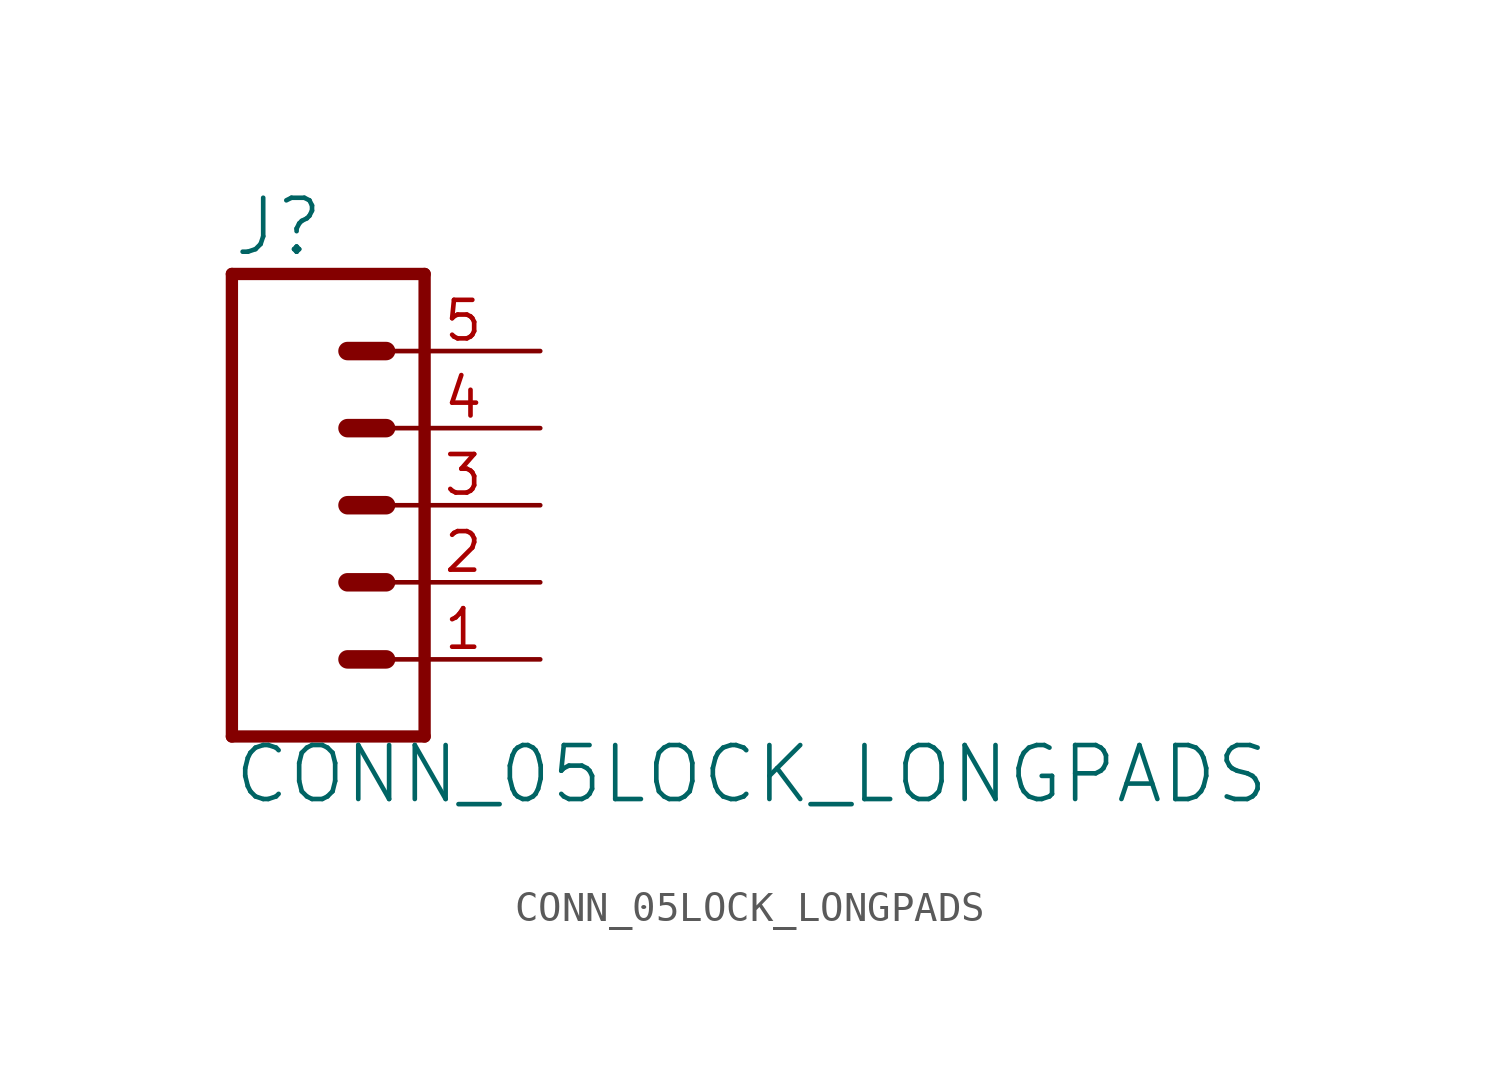
<source format=kicad_sym>
(kicad_symbol_lib
  (version 20211014)
  (generator kicad_symbol_editor)
  (symbol "CONN_05LOCK_LONGPADS"
    (property "Reference" "J"
      (at -2.54 8.128 0)
      (effects (font (size 1.778 1.778)) (justify left bottom)))
    (property "Value" "CONN_05LOCK_LONGPADS"
      (at -2.54 -9.906 0)
      (effects (font (size 1.778 1.778)) (justify left bottom)))
    (property "ki_locked" ""
      (at 0 0 0)
      (effects (font (size 1.27 1.27))))
    (symbol "CONN_05LOCK_LONGPADS_1_0"
      (polyline (pts (xy -2.54 7.62) (xy -2.54 -7.62)) (stroke (width 0.406) (type default) (color 0 0 0 0)) (fill (type none)))
      (polyline (pts (xy -2.54 7.62) (xy 3.81 7.62)) (stroke (width 0.406) (type default) (color 0 0 0 0)) (fill (type none)))
      (polyline (pts (xy 1.27 -5.08) (xy 2.54 -5.08)) (stroke (width 0.61) (type default) (color 0 0 0 0)) (fill (type none)))
      (polyline (pts (xy 1.27 -2.54) (xy 2.54 -2.54)) (stroke (width 0.61) (type default) (color 0 0 0 0)) (fill (type none)))
      (polyline (pts (xy 1.27 0) (xy 2.54 0)) (stroke (width 0.61) (type default) (color 0 0 0 0)) (fill (type none)))
      (polyline (pts (xy 1.27 2.54) (xy 2.54 2.54)) (stroke (width 0.61) (type default) (color 0 0 0 0)) (fill (type none)))
      (polyline (pts (xy 1.27 5.08) (xy 2.54 5.08)) (stroke (width 0.61) (type default) (color 0 0 0 0)) (fill (type none)))
      (polyline (pts (xy 3.81 -7.62) (xy -2.54 -7.62)) (stroke (width 0.406) (type default) (color 0 0 0 0)) (fill (type none)))
      (polyline (pts (xy 3.81 -7.62) (xy 3.81 7.62)) (stroke (width 0.406) (type default) (color 0 0 0 0)) (fill (type none)))
      (pin passive line (at 7.62 -5.08 180) (length 5.08) (name "1" (effects (font (size 0 0)))) (number "1" (effects (font (size 1.27 1.27)))))
      (pin passive line (at 7.62 -2.54 180) (length 5.08) (name "2" (effects (font (size 0 0)))) (number "2" (effects (font (size 1.27 1.27)))))
      (pin passive line (at 7.62 0 180) (length 5.08) (name "3" (effects (font (size 0 0)))) (number "3" (effects (font (size 1.27 1.27)))))
      (pin passive line (at 7.62 2.54 180) (length 5.08) (name "4" (effects (font (size 0 0)))) (number "4" (effects (font (size 1.27 1.27)))))
      (pin passive line (at 7.62 5.08 180) (length 5.08) (name "5" (effects (font (size 0 0)))) (number "5" (effects (font (size 1.27 1.27))))))))
</source>
